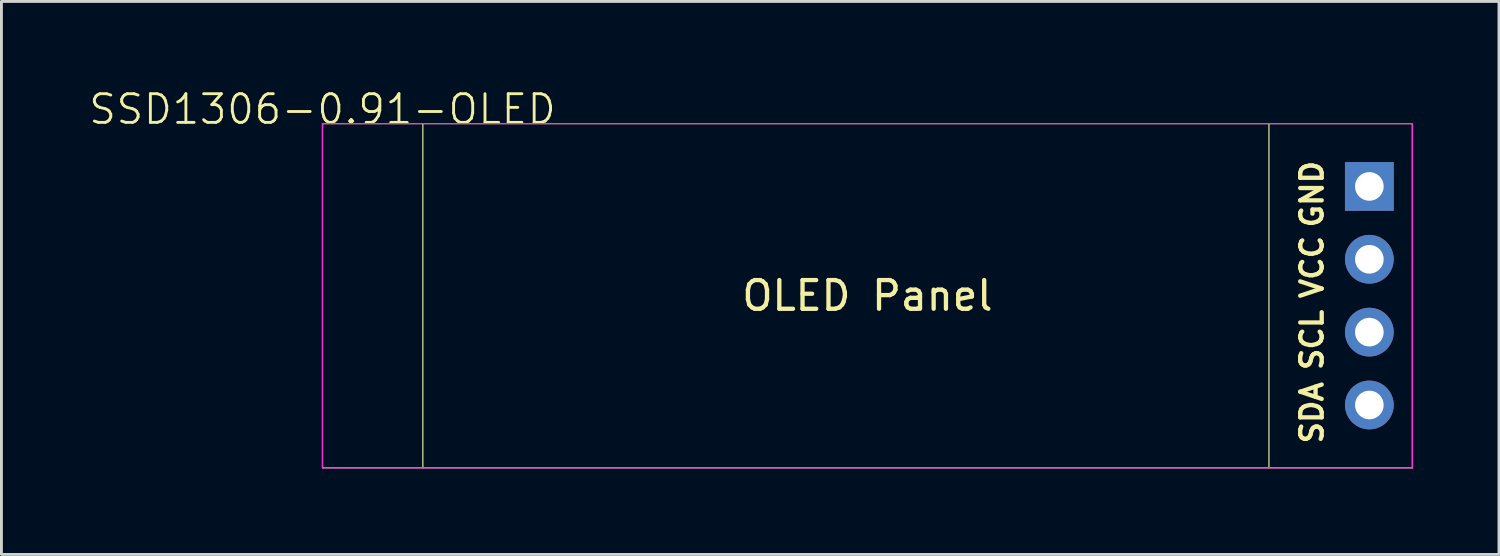
<source format=kicad_pcb>
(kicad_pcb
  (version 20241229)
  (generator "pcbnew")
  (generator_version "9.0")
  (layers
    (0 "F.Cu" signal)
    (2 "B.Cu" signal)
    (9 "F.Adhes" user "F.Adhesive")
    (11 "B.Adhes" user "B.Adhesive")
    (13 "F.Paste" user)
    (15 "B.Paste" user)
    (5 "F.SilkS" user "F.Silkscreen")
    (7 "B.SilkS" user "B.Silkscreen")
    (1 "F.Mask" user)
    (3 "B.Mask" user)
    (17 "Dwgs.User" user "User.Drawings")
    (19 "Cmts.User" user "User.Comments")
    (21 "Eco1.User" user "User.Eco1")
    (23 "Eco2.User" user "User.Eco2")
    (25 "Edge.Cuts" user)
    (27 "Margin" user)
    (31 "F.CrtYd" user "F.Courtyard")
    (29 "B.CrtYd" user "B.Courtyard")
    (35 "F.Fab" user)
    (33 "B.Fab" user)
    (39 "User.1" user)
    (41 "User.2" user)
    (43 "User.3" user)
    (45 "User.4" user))
  (footprint "SSD1306-0.91-OLED"
    (layer "F.Cu")
    (at 8.193 1.26)
    (property "Reference" "SSD1306-0.91-OLED" (at 0 -0.5 0) (unlocked yes) (layer "F.SilkS") (effects (font (size 1 1) (thickness 0.1))))
    (attr smd)
    (fp_line (start 0 0) (end 0 12) (stroke (width 0.04) (type solid)) (layer "F.SilkS"))
    (fp_line (start 0 12) (end 38 12) (stroke (width 0.04) (type solid)) (layer "F.SilkS"))
    (fp_line (start 3.5 0) (end 3.5 12) (stroke (width 0.04) (type solid)) (layer "F.SilkS"))
    (fp_line (start 33 0) (end 33 12) (stroke (width 0.04) (type solid)) (layer "F.SilkS"))
    (fp_line (start 38 0) (end 0 0) (stroke (width 0.04) (type solid)) (layer "F.SilkS"))
    (fp_line (start 38 12) (end 38 0) (stroke (width 0.04) (type solid)) (layer "F.SilkS"))
    (fp_line (start 0 0) (end 0 12) (stroke (width 0.04) (type solid)) (layer "F.CrtYd"))
    (fp_line (start 0 12) (end 38 12) (stroke (width 0.04) (type solid)) (layer "F.CrtYd"))
    (fp_line (start 38 0) (end 0 0) (stroke (width 0.04) (type solid)) (layer "F.CrtYd"))
    (fp_line (start 38 12) (end 38 0) (stroke (width 0.04) (type solid)) (layer "F.CrtYd"))
    (fp_text user "OLED Panel" (at 19 6 0) (layer "F.SilkS") (effects (font (size 1 1) (thickness 0.15))))
    (fp_text user "VCC" (at 34.5 5 270) (layer "F.SilkS") (effects (font (size 0.75 0.75) (thickness 0.15))))
    (fp_text user "GND" (at 34.5 2.46 270) (layer "F.SilkS") (effects (font (size 0.75 0.75) (thickness 0.15))))
    (fp_text user "SCL" (at 34.5 7.54 270) (layer "F.SilkS") (effects (font (size 0.75 0.75) (thickness 0.15))))
    (fp_text user "SDA" (at 34.5 10.08 270) (layer "F.SilkS") (effects (font (size 0.75 0.75) (thickness 0.15))))
    (pad "1" thru_hole rect (at 36.5 2.19) (size 1.7 1.7) (drill 1) (layers "*.Cu" "*.Mask"))
    (pad "2" thru_hole oval (at 36.5 4.73) (size 1.7 1.7) (drill 1) (layers "*.Cu" "*.Mask"))
    (pad "3" thru_hole oval (at 36.5 7.27) (size 1.7 1.7) (drill 1) (layers "*.Cu" "*.Mask"))
    (pad "4" thru_hole oval (at 36.5 9.81) (size 1.7 1.7) (drill 1) (layers "*.Cu" "*.Mask")))
  (gr_rect
    (start -3 -3)
    (end 49.213 16.28)
    (stroke (width 0.1) (type default))
    (fill no)
    (layer "Edge.Cuts")))
</source>
